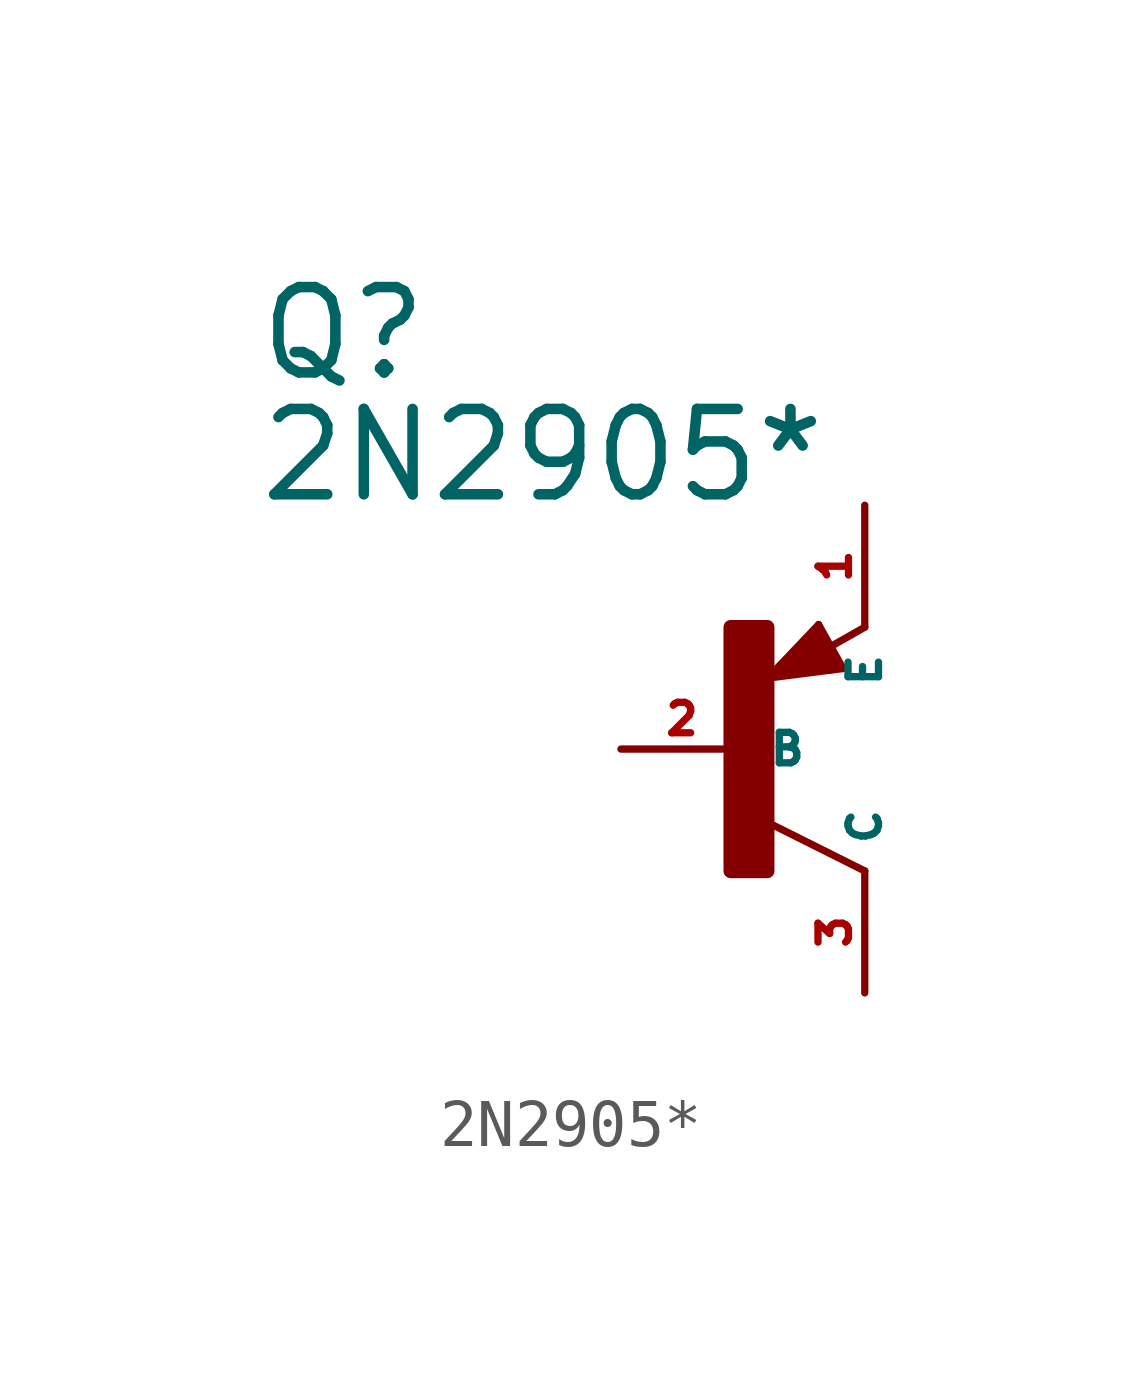
<source format=kicad_sym>
(kicad_symbol_lib
  (version 20220914)
  (generator Eagle2Kicad)
  (symbol "2N2905*"
    (property "Reference" "Q"
      (at -10.16 7.62 0)
      (effects (font (size 1.778 1.778) (thickness 0.22)) (justify left bottom)))
    (property "Value" "2N2905*"
      (at -10.16 5.08 0)
      (effects (font (size 1.778 1.778) (thickness 0.22)) (justify left bottom)))
    (polyline
      (pts (xy 2.086 1.678) (xy 1.578 2.594))
      (stroke (width 0.152) (type default))
      (fill (type none)))
    (polyline
      (pts (xy 1.578 2.594) (xy 0.516 1.478))
      (stroke (width 0.152) (type default))
      (fill (type none)))
    (polyline
      (pts (xy 0.516 1.478) (xy 2.086 1.678))
      (stroke (width 0.152) (type default))
      (fill (type none)))
    (polyline
      (pts (xy 2.54 2.54) (xy 1.808 2.124))
      (stroke (width 0.152) (type default))
      (fill (type none)))
    (polyline
      (pts (xy 2.54 -2.54) (xy 0.508 -1.524))
      (stroke (width 0.152) (type default))
      (fill (type none)))
    (polyline
      (pts (xy 1.905 1.778) (xy 1.524 2.413))
      (stroke (width 0.254) (type default))
      (fill (type none)))
    (polyline
      (pts (xy 1.524 2.413) (xy 0.762 1.651))
      (stroke (width 0.254) (type default))
      (fill (type none)))
    (polyline
      (pts (xy 0.762 1.651) (xy 1.778 1.778))
      (stroke (width 0.254) (type default))
      (fill (type none)))
    (polyline
      (pts (xy 1.778 1.778) (xy 1.524 2.159))
      (stroke (width 0.254) (type default))
      (fill (type none)))
    (polyline
      (pts (xy 1.524 2.159) (xy 1.143 1.905))
      (stroke (width 0.254) (type default))
      (fill (type none)))
    (polyline
      (pts (xy 1.143 1.905) (xy 1.524 1.905))
      (stroke (width 0.254) (type default))
      (fill (type none)))
    (rectangle
      (start -0.254 -2.54)
      (end 0.508 2.54)
      (stroke (width 0.3) (type default))
      (fill (type outline)))
    (pin passive line
      (at -2.54 0 0)
      (length 2.54)
      (name "B" (effects (font (size 0.635 0.635) (thickness 0.08)) (justify left bottom)))
      (number "2" (effects (font (size 0.635 0.635) (thickness 0.08)) (justify left bottom))))
    (pin passive line
      (at 2.54 5.08 270)
      (length 2.54)
      (name "E" (effects (font (size 0.635 0.635) (thickness 0.08)) (justify left bottom)))
      (number "1" (effects (font (size 0.635 0.635) (thickness 0.08)) (justify left bottom))))
    (pin passive line
      (at 2.54 -5.08 90)
      (length 2.54)
      (name "C" (effects (font (size 0.635 0.635) (thickness 0.08)) (justify left bottom)))
      (number "3" (effects (font (size 0.635 0.635) (thickness 0.08)) (justify left bottom))))))
</source>
